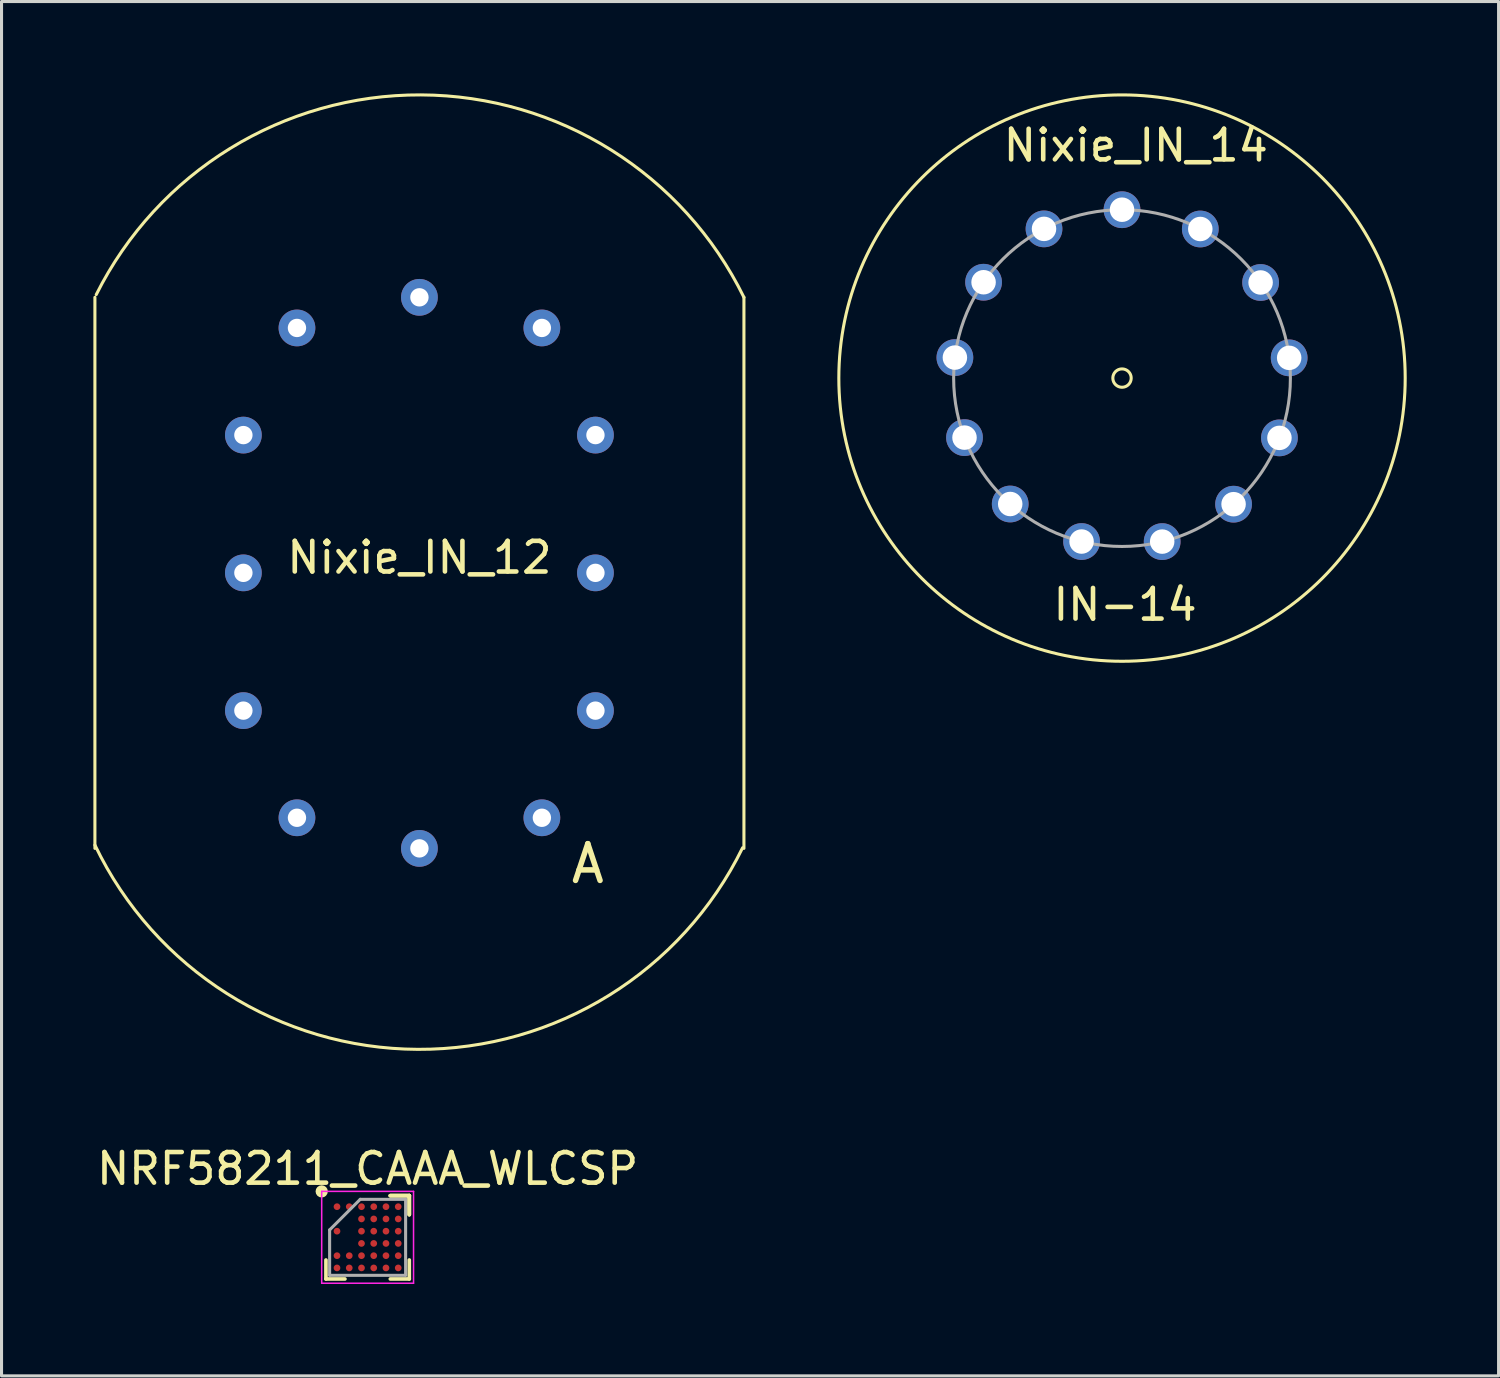
<source format=kicad_pcb>
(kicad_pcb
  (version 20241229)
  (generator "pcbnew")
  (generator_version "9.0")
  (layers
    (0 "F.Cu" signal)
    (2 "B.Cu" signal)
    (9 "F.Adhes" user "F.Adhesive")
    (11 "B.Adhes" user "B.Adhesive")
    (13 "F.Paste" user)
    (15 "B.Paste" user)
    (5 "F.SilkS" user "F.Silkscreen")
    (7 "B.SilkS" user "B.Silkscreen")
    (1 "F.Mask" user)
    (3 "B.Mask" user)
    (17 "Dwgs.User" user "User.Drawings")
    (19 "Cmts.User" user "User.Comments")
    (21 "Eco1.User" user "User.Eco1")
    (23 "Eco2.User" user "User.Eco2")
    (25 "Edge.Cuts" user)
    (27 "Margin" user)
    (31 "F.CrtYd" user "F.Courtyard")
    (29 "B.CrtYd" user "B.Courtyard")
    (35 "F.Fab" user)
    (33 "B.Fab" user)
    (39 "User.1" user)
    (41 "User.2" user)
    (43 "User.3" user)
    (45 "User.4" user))
  (footprint "Nixie_IN_14"
    (layer "F.Cu")
    (at 33.6 9.3)
    (property "Reference" "Nixie_IN_14" (at 0.45 -7.6 0) (layer "F.SilkS") (effects (font (size 1 1) (thickness 0.15))))
    (attr through_hole)
    (fp_circle (center 0 0) (end 0.3 0) (stroke (width 0.1) (type solid)) (fill no) (layer "F.SilkS"))
    (fp_circle (center 0 0) (end 9.25 0) (stroke (width 0.1) (type solid)) (fill no) (layer "F.SilkS"))
    (fp_circle (center 0 0) (end 5.5 0) (stroke (width 0.1) (type solid)) (fill no) (layer "F.Fab"))
    (fp_text user "IN-14" (at 0.1 7.4 0) (layer "F.SilkS") (effects (font (size 1 1) (thickness 0.15))))
    (pad "1" thru_hole circle (at 0 -5.5) (size 1.2 1.2) (drill 0.8) (layers "*.Cu" "*.Mask"))
    (pad "2" thru_hole circle (at 2.557 -4.87) (size 1.2 1.2) (drill 0.8) (layers "*.Cu" "*.Mask"))
    (pad "3" thru_hole circle (at 4.527 -3.123) (size 1.2 1.2) (drill 0.8) (layers "*.Cu" "*.Mask"))
    (pad "4" thru_hole circle (at 5.46 -0.661) (size 1.2 1.2) (drill 0.8) (layers "*.Cu" "*.Mask"))
    (pad "5" thru_hole circle (at 5.142 1.953) (size 1.2 1.2) (drill 0.8) (layers "*.Cu" "*.Mask"))
    (pad "6" thru_hole circle (at 3.644 4.119) (size 1.2 1.2) (drill 0.8) (layers "*.Cu" "*.Mask"))
    (pad "7" thru_hole circle (at 1.312 5.341) (size 1.2 1.2) (drill 0.8) (layers "*.Cu" "*.Mask"))
    (pad "8" thru_hole circle (at -1.321 5.339) (size 1.2 1.2) (drill 0.8) (layers "*.Cu" "*.Mask"))
    (pad "9" thru_hole circle (at -3.652 4.113) (size 1.2 1.2) (drill 0.8) (layers "*.Cu" "*.Mask"))
    (pad "10" thru_hole circle (at -5.145 1.944) (size 1.2 1.2) (drill 0.8) (layers "*.Cu" "*.Mask"))
    (pad "11" thru_hole circle (at -5.459 -0.67) (size 1.2 1.2) (drill 0.8) (layers "*.Cu" "*.Mask"))
    (pad "12" thru_hole circle (at -4.522 -3.131) (size 1.2 1.2) (drill 0.8) (layers "*.Cu" "*.Mask"))
    (pad "13" thru_hole circle (at -2.548 -4.874) (size 1.2 1.2) (drill 0.8) (layers "*.Cu" "*.Mask")))
  (footprint "NRF58211_CAAA_WLCSP"
    (layer "F.Cu")
    (at 8.958 37.366)
    (property "Reference" "NRF58211_CAAA_WLCSP" (at 0 -2.241 0) (layer "F.SilkS") (effects (font (size 1 1) (thickness 0.15))))
    (attr smd)
    (fp_line (start -1.361 1.361) (end -1.361 0.741) (stroke (width 0.12) (type solid)) (layer "F.SilkS"))
    (fp_line (start -0.741 1.361) (end -1.361 1.361) (stroke (width 0.12) (type solid)) (layer "F.SilkS"))
    (fp_line (start 0.741 -1.361) (end 1.361 -1.361) (stroke (width 0.12) (type solid)) (layer "F.SilkS"))
    (fp_line (start 0.741 -1.361) (end 1.361 -1.361) (stroke (width 0.12) (type solid)) (layer "F.SilkS"))
    (fp_line (start 0.741 -1.361) (end 1.361 -1.361) (stroke (width 0.12) (type solid)) (layer "F.SilkS"))
    (fp_line (start 0.741 1.361) (end 1.361 1.361) (stroke (width 0.12) (type solid)) (layer "F.SilkS"))
    (fp_line (start 1.361 -1.361) (end 1.361 -0.741) (stroke (width 0.12) (type solid)) (layer "F.SilkS"))
    (fp_line (start 1.361 -1.361) (end 1.361 -0.741) (stroke (width 0.12) (type solid)) (layer "F.SilkS"))
    (fp_line (start 1.361 -1.361) (end 1.361 -0.741) (stroke (width 0.12) (type solid)) (layer "F.SilkS"))
    (fp_line (start 1.361 1.361) (end 1.361 0.741) (stroke (width 0.12) (type solid)) (layer "F.SilkS"))
    (fp_circle (center -1.5 -1.5) (end -1.5 -1.4) (stroke (width 0.2) (type solid)) (fill no) (layer "F.SilkS"))
    (fp_line (start -1.5 -1.5) (end 1.5 -1.5) (stroke (width 0.05) (type solid)) (layer "F.CrtYd"))
    (fp_line (start -1.5 1.5) (end -1.5 -1.5) (stroke (width 0.05) (type solid)) (layer "F.CrtYd"))
    (fp_line (start 1.5 -1.5) (end 1.5 1.5) (stroke (width 0.05) (type solid)) (layer "F.CrtYd"))
    (fp_line (start 1.5 1.5) (end -1.5 1.5) (stroke (width 0.05) (type solid)) (layer "F.CrtYd"))
    (fp_line (start -1.241 -0.241) (end -1.241 1.241) (stroke (width 0.1) (type solid)) (layer "F.Fab"))
    (fp_line (start -1.241 1.241) (end 1.241 1.241) (stroke (width 0.1) (type solid)) (layer "F.Fab"))
    (fp_line (start -0.241 -1.241) (end -1.241 -0.241) (stroke (width 0.1) (type solid)) (layer "F.Fab"))
    (fp_line (start 1.241 -1.241) (end -0.241 -1.241) (stroke (width 0.1) (type solid)) (layer "F.Fab"))
    (fp_line (start 1.241 1.241) (end 1.241 -1.241) (stroke (width 0.1) (type solid)) (layer "F.Fab"))
    (pad "A1" smd circle (at -1 -1) (size 0.22 0.22) (layers "F.Cu" "F.Mask" "F.Paste"))
    (pad "A2" smd circle (at -0.6 -1) (size 0.22 0.22) (layers "F.Cu" "F.Mask" "F.Paste"))
    (pad "A3" smd circle (at -0.2 -1) (size 0.22 0.22) (layers "F.Cu" "F.Mask" "F.Paste"))
    (pad "A4" smd circle (at 0.2 -1) (size 0.22 0.22) (layers "F.Cu" "F.Mask" "F.Paste"))
    (pad "A5" smd circle (at 0.6 -1) (size 0.22 0.22) (layers "F.Cu" "F.Mask" "F.Paste"))
    (pad "A6" smd circle (at 1 -1) (size 0.22 0.22) (layers "F.Cu" "F.Mask" "F.Paste"))
    (pad "B3" smd circle (at -0.2 -0.6) (size 0.22 0.22) (layers "F.Cu" "F.Mask" "F.Paste"))
    (pad "B4" smd circle (at 0.2 -0.6) (size 0.22 0.22) (layers "F.Cu" "F.Mask" "F.Paste"))
    (pad "B5" smd circle (at 0.6 -0.6) (size 0.22 0.22) (layers "F.Cu" "F.Mask" "F.Paste"))
    (pad "B6" smd circle (at 1 -0.6) (size 0.22 0.22) (layers "F.Cu" "F.Mask" "F.Paste"))
    (pad "C1" smd circle (at -1 -0.2) (size 0.22 0.22) (layers "F.Cu" "F.Mask" "F.Paste"))
    (pad "C3" smd circle (at -0.2 -0.2) (size 0.22 0.22) (layers "F.Cu" "F.Mask" "F.Paste"))
    (pad "C4" smd circle (at 0.2 -0.2) (size 0.22 0.22) (layers "F.Cu" "F.Mask" "F.Paste"))
    (pad "C5" smd circle (at 0.6 -0.2) (size 0.22 0.22) (layers "F.Cu" "F.Mask" "F.Paste"))
    (pad "C6" smd circle (at 1 -0.2) (size 0.22 0.22) (layers "F.Cu" "F.Mask" "F.Paste"))
    (pad "D3" smd circle (at -0.2 0.2) (size 0.22 0.22) (layers "F.Cu" "F.Mask" "F.Paste"))
    (pad "D4" smd circle (at 0.2 0.2) (size 0.22 0.22) (layers "F.Cu" "F.Mask" "F.Paste"))
    (pad "D5" smd circle (at 0.6 0.2) (size 0.22 0.22) (layers "F.Cu" "F.Mask" "F.Paste"))
    (pad "D6" smd circle (at 1 0.2) (size 0.22 0.22) (layers "F.Cu" "F.Mask" "F.Paste"))
    (pad "E1" smd circle (at -1 0.6) (size 0.22 0.22) (layers "F.Cu" "F.Mask" "F.Paste"))
    (pad "E2" smd circle (at -0.6 0.6) (size 0.22 0.22) (layers "F.Cu" "F.Mask" "F.Paste"))
    (pad "E3" smd circle (at -0.2 0.6) (size 0.22 0.22) (layers "F.Cu" "F.Mask" "F.Paste"))
    (pad "E4" smd circle (at 0.2 0.6) (size 0.22 0.22) (layers "F.Cu" "F.Mask" "F.Paste"))
    (pad "E5" smd circle (at 0.6 0.6) (size 0.22 0.22) (layers "F.Cu" "F.Mask" "F.Paste"))
    (pad "E6" smd circle (at 1 0.6) (size 0.22 0.22) (layers "F.Cu" "F.Mask" "F.Paste"))
    (pad "F1" smd circle (at -1 1) (size 0.22 0.22) (layers "F.Cu" "F.Mask" "F.Paste"))
    (pad "F2" smd circle (at -0.6 1) (size 0.22 0.22) (layers "F.Cu" "F.Mask" "F.Paste"))
    (pad "F3" smd circle (at -0.2 1) (size 0.22 0.22) (layers "F.Cu" "F.Mask" "F.Paste"))
    (pad "F4" smd circle (at 0.2 1) (size 0.22 0.22) (layers "F.Cu" "F.Mask" "F.Paste"))
    (pad "F5" smd circle (at 0.6 1) (size 0.22 0.22) (layers "F.Cu" "F.Mask" "F.Paste"))
    (pad "F6" smd circle (at 1 1) (size 0.22 0.22) (layers "F.Cu" "F.Mask" "F.Paste")))
  (footprint "Nixie_IN_12"
    (layer "F.Cu")
    (at 10.65 15.662)
    (property "Reference" "Nixie_IN_12" (at 0 -0.5 180) (layer "F.SilkS") (effects (font (size 1 1) (thickness 0.15))))
    (attr through_hole)
    (fp_line (start -10.6 -9) (end -10.6 9) (stroke (width 0.1) (type solid)) (layer "F.SilkS"))
    (fp_line (start 10.6 -9) (end 10.6 9) (stroke (width 0.1) (type solid)) (layer "F.SilkS"))
    (fp_arc (start -10.556367 -9.088183) (mid 0.049194 -15.612274) (end 10.6 -9) (stroke (width 0.1) (type solid)) (layer "F.SilkS"))
    (fp_arc (start 10.556929 8.978912) (mid -0.049398 15.564317) (end -10.6 8.89) (stroke (width 0.1) (type solid)) (layer "F.SilkS"))
    (fp_text user "A" (at 5.5 9.5 180) (layer "F.SilkS") (effects (font (size 1.2 1.2) (thickness 0.18))))
    (pad "1" thru_hole circle (at 4 8 180) (size 1.2 1.2) (drill 0.6) (layers "*.Cu" "*.Mask"))
    (pad "2" thru_hole circle (at 5.75 4.5 180) (size 1.2 1.2) (drill 0.6) (layers "*.Cu" "*.Mask"))
    (pad "3" thru_hole circle (at 5.75 0 180) (size 1.2 1.2) (drill 0.6) (layers "*.Cu" "*.Mask"))
    (pad "4" thru_hole circle (at 5.75 -4.5 180) (size 1.2 1.2) (drill 0.6) (layers "*.Cu" "*.Mask"))
    (pad "5" thru_hole circle (at 4 -8 180) (size 1.2 1.2) (drill 0.6) (layers "*.Cu" "*.Mask"))
    (pad "6" thru_hole circle (at 0 -9 180) (size 1.2 1.2) (drill 0.6) (layers "*.Cu" "*.Mask"))
    (pad "7" thru_hole circle (at -4 -8 180) (size 1.2 1.2) (drill 0.6) (layers "*.Cu" "*.Mask"))
    (pad "8" thru_hole circle (at -5.75 -4.5 180) (size 1.2 1.2) (drill 0.6) (layers "*.Cu" "*.Mask"))
    (pad "9" thru_hole circle (at -5.75 0 180) (size 1.2 1.2) (drill 0.6) (layers "*.Cu" "*.Mask"))
    (pad "10" thru_hole circle (at -5.75 4.5 180) (size 1.2 1.2) (drill 0.6) (layers "*.Cu" "*.Mask"))
    (pad "11" thru_hole circle (at -4 8 180) (size 1.2 1.2) (drill 0.6) (layers "*.Cu" "*.Mask"))
    (pad "12" thru_hole circle (at 0 9 180) (size 1.2 1.2) (drill 0.6) (layers "*.Cu" "*.Mask")))
  (gr_rect
    (start -3 -3)
    (end 45.9 41.891)
    (stroke (width 0.1) (type default))
    (fill no)
    (layer "Edge.Cuts")))
</source>
